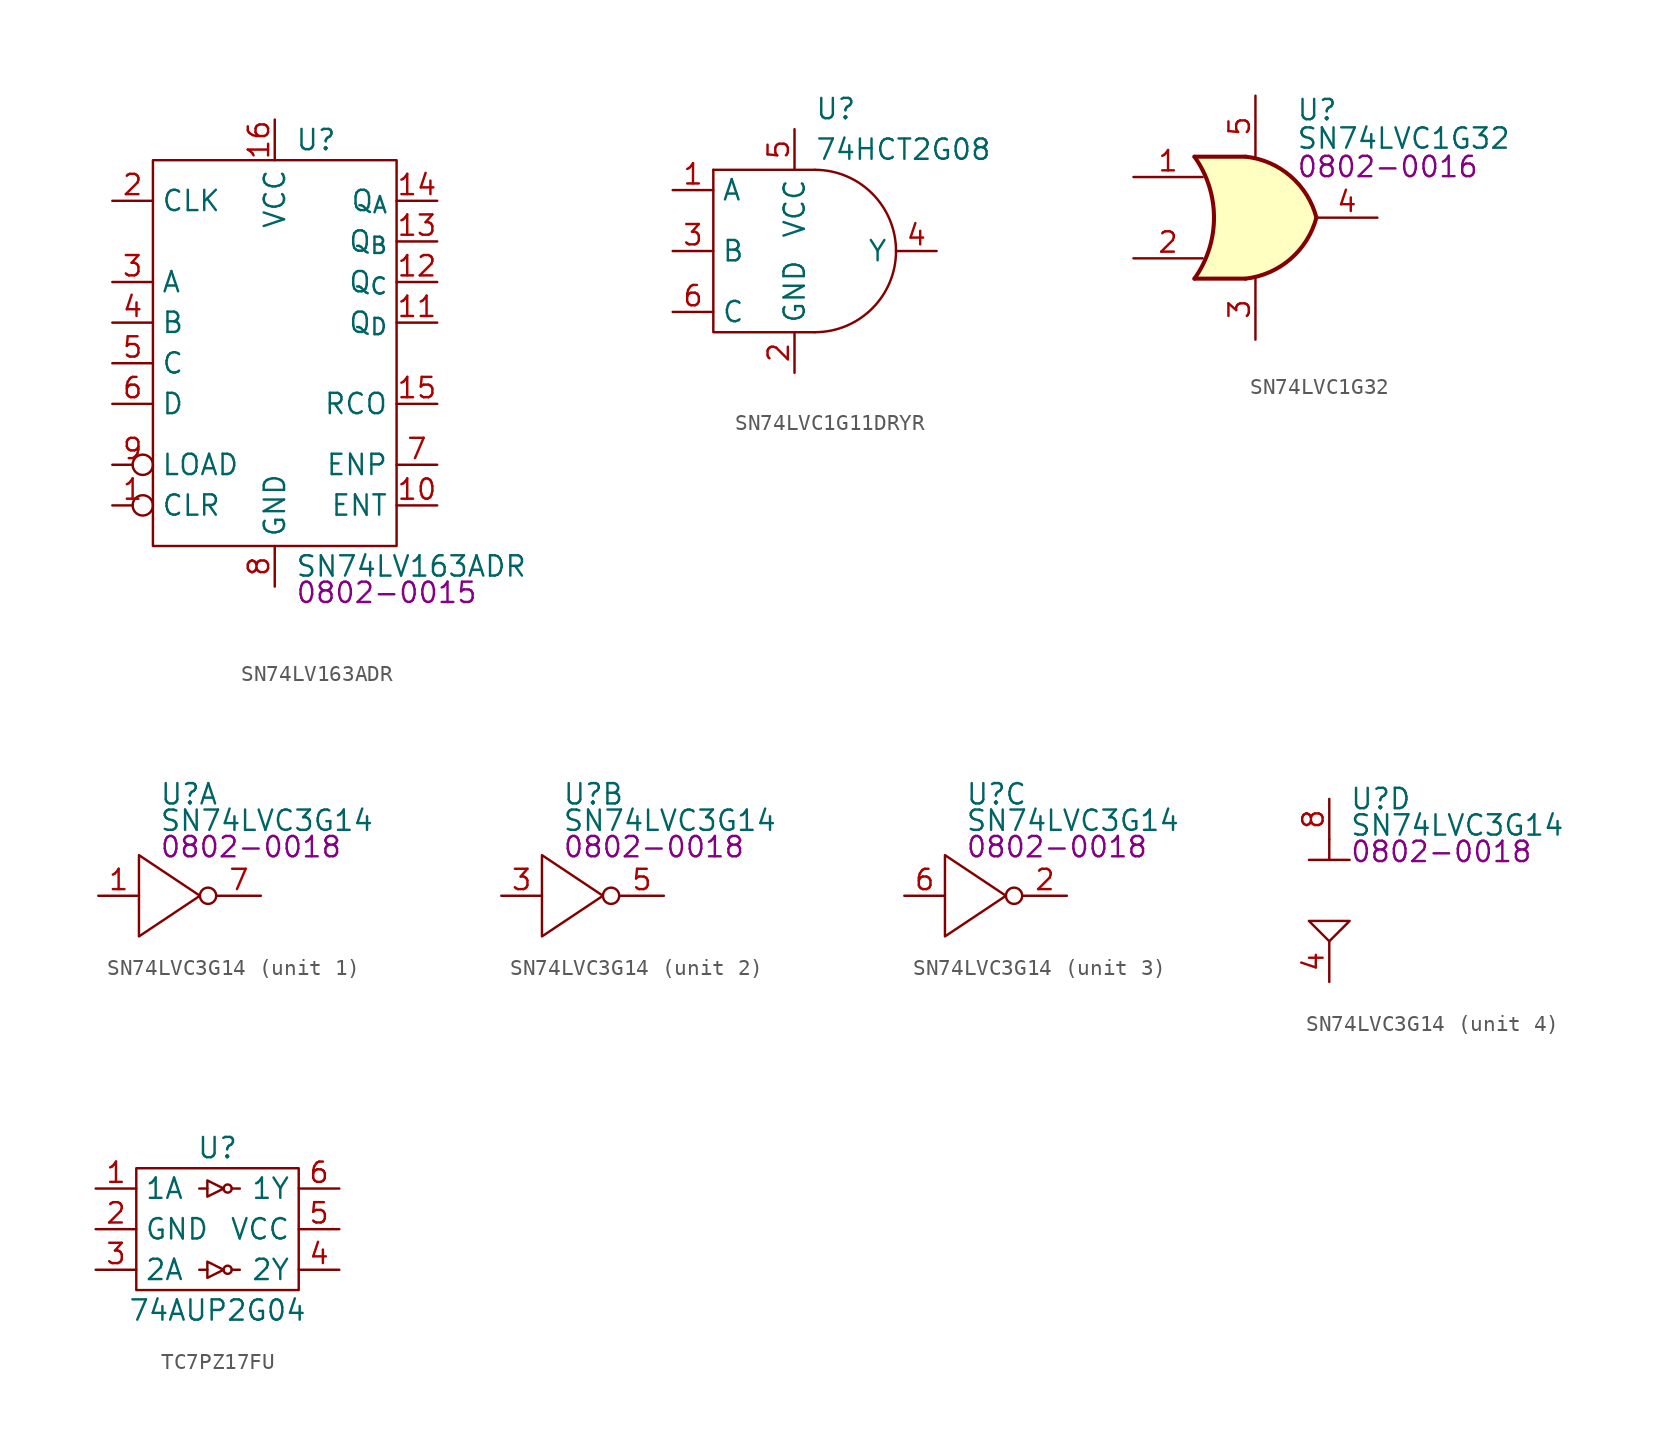
<source format=kicad_sym>
(kicad_symbol_lib
  (version 20220914)
  (generator kicad_symbol_editor)
  (symbol "SN74LV163ADR"
    (property "Reference" "U"
      (at 8.89 1.27 0)
      (effects (font (size 1.27 1.27)) (justify left)))
    (property "Value" "SN74LV163ADR"
      (at 8.89 -25.4 0)
      (effects (font (size 1.27 1.27)) (justify left)))
    (property "PartNumber" "0802-0015"
      (at 8.89 -27.051 0)
      (effects (font (size 1.27 1.27)) (justify left)))
    (symbol "SN74LV163ADR_0_0"
      (rectangle (start 0 0) (end 15.24 -24.13) (stroke (width 0) (type default)) (fill (type none)))
      (pin input inverted (at -2.54 -21.59 0) (length 2.54) (name "CLR" (effects (font (size 1.27 1.27)))) (number "1" (effects (font (size 1.27 1.27)))))
      (pin input line (at 17.78 -21.59 180) (length 2.54) (name "ENT" (effects (font (size 1.27 1.27)))) (number "10" (effects (font (size 1.27 1.27)))))
      (pin output line (at 17.78 -10.16 180) (length 2.54) (name "Q_{D}" (effects (font (size 1.27 1.27)))) (number "11" (effects (font (size 1.27 1.27)))))
      (pin output line (at 17.78 -7.62 180) (length 2.54) (name "Q_{C}" (effects (font (size 1.27 1.27)))) (number "12" (effects (font (size 1.27 1.27)))))
      (pin output line (at 17.78 -5.08 180) (length 2.54) (name "Q_{B}" (effects (font (size 1.27 1.27)))) (number "13" (effects (font (size 1.27 1.27)))))
      (pin output line (at 17.78 -2.54 180) (length 2.54) (name "Q_{A}" (effects (font (size 1.27 1.27)))) (number "14" (effects (font (size 1.27 1.27)))))
      (pin output line (at 17.78 -15.24 180) (length 2.54) (name "RCO" (effects (font (size 1.27 1.27)))) (number "15" (effects (font (size 1.27 1.27)))))
      (pin power_in line (at 7.62 2.54 270) (length 2.54) (name "VCC" (effects (font (size 1.27 1.27)))) (number "16" (effects (font (size 1.27 1.27)))))
      (pin input line (at -2.54 -2.54 0) (length 2.54) (name "CLK" (effects (font (size 1.27 1.27)))) (number "2" (effects (font (size 1.27 1.27)))))
      (pin input line (at -2.54 -7.62 0) (length 2.54) (name "A" (effects (font (size 1.27 1.27)))) (number "3" (effects (font (size 1.27 1.27)))))
      (pin input line (at -2.54 -10.16 0) (length 2.54) (name "B" (effects (font (size 1.27 1.27)))) (number "4" (effects (font (size 1.27 1.27)))))
      (pin input line (at -2.54 -12.7 0) (length 2.54) (name "C" (effects (font (size 1.27 1.27)))) (number "5" (effects (font (size 1.27 1.27)))))
      (pin input line (at -2.54 -15.24 0) (length 2.54) (name "D" (effects (font (size 1.27 1.27)))) (number "6" (effects (font (size 1.27 1.27)))))
      (pin input line (at 17.78 -19.05 180) (length 2.54) (name "ENP" (effects (font (size 1.27 1.27)))) (number "7" (effects (font (size 1.27 1.27)))))
      (pin power_in line (at 7.62 -26.67 90) (length 2.54) (name "GND" (effects (font (size 1.27 1.27)))) (number "8" (effects (font (size 1.27 1.27)))))
      (pin input inverted (at -2.54 -19.05 0) (length 2.54) (name "LOAD" (effects (font (size 1.27 1.27)))) (number "9" (effects (font (size 1.27 1.27)))))))
  (symbol "SN74LVC1G11DRYR"
    (property "Reference" "U"
      (at 1.27 8.89 0)
      (effects (font (size 1.27 1.27)) (justify left)))
    (property "Value" "74HCT2G08"
      (at 1.27 6.35 0)
      (effects (font (size 1.27 1.27)) (justify left)))
    (symbol "SN74LVC1G11DRYR_0_0"
      (pin input line (at -7.62 3.81 0) (length 2.54) (name "A" (effects (font (size 1.27 1.27)))) (number "1" (effects (font (size 1.27 1.27)))))
      (pin power_in line (at 0 -7.62 90) (length 2.54) (name "GND" (effects (font (size 1.27 1.27)))) (number "2" (effects (font (size 1.27 1.27)))))
      (pin input line (at -7.62 0 0) (length 2.54) (name "B" (effects (font (size 1.27 1.27)))) (number "3" (effects (font (size 1.27 1.27)))))
      (pin output line (at 8.89 0 180) (length 2.54) (name "Y" (effects (font (size 1.27 1.27)))) (number "4" (effects (font (size 1.27 1.27)))))
      (pin power_in line (at 0 7.62 270) (length 2.54) (name "VCC" (effects (font (size 1.27 1.27)))) (number "5" (effects (font (size 1.27 1.27)))))
      (pin input line (at -7.62 -3.81 0) (length 2.54) (name "C" (effects (font (size 1.27 1.27)))) (number "6" (effects (font (size 1.27 1.27))))))
    (symbol "SN74LVC1G11DRYR_1_1"
      (polyline (pts (xy -5.08 5.08) (xy 1.27 5.08)) (stroke (width 0) (type default)) (fill (type none)))
      (polyline (pts (xy -5.08 5.08) (xy -5.08 -5.08) (xy 1.27 -5.08)) (stroke (width 0) (type default)) (fill (type none)))
      (arc (start 1.27 -5.08) (mid 4.8621 -3.5921) (end 6.35 0) (stroke (width 0) (type default)) (fill (type none)))
      (arc (start 6.35 0) (mid 4.8621 3.5921) (end 1.27 5.08) (stroke (width 0) (type default)) (fill (type none)))))
  (symbol "SN74LVC1G32"
    (pin_names
      (offset 1.016))
    (property "Reference" "U"
      (at 2.54 6.731 0)
      (effects (font (size 1.27 1.27)) (justify left)))
    (property "Value" "SN74LVC1G32"
      (at 2.54 4.953 0)
      (effects (font (size 1.27 1.27)) (justify left)))
    (property "PartNumber" "0802-0016"
      (at 2.54 3.175 0)
      (effects (font (size 1.27 1.27)) (justify left)))
    (symbol "SN74LVC1G32_1_1"
      (arc (start -3.81 -3.81) (mid -2.589 0) (end -3.81 3.81) (stroke (width 0.254) (type default)) (fill (type none)))
      (arc (start -0.6096 -3.81) (mid 2.1855 -2.584) (end 3.81 0) (stroke (width 0.254) (type default)) (fill (type background)))
      (polyline (pts (xy -3.81 -3.81) (xy -0.635 -3.81)) (stroke (width 0.254) (type default)) (fill (type background)))
      (polyline (pts (xy -3.81 3.81) (xy -0.635 3.81)) (stroke (width 0.254) (type default)) (fill (type background)))
      (polyline (pts (xy -0.635 3.81) (xy -3.81 3.81) (xy -3.81 3.81) (xy -3.556 3.404) (xy -3.023 2.261) (xy -2.692 1.041) (xy -2.616 -0.254) (xy -2.769 -1.499) (xy -3.175 -2.718) (xy -3.81 -3.81) (xy -3.81 -3.81) (xy -0.635 -3.81)) (stroke (width -25.4) (type default)) (fill (type background)))
      (arc (start 3.81 0) (mid 2.1928 2.5925) (end -0.6096 3.81) (stroke (width 0.254) (type default)) (fill (type background)))
      (pin input line (at -7.62 2.54 0) (length 4.318) (name "~" (effects (font (size 1.27 1.27)))) (number "1" (effects (font (size 1.27 1.27)))))
      (pin input line (at -7.62 -2.54 0) (length 4.318) (name "~" (effects (font (size 1.27 1.27)))) (number "2" (effects (font (size 1.27 1.27)))))
      (pin power_in line (at 0 -7.62 90) (length 3.81) (name "~" (effects (font (size 1.27 1.27)))) (number "3" (effects (font (size 1.27 1.27)))))
      (pin output line (at 7.62 0 180) (length 3.81) (name "~" (effects (font (size 1.27 1.27)))) (number "4" (effects (font (size 1.27 1.27)))))
      (pin power_in line (at 0 7.62 270) (length 3.81) (name "~" (effects (font (size 1.27 1.27)))) (number "5" (effects (font (size 1.27 1.27)))))))
  (symbol "SN74LVC3G14"
    (property "Reference" "U"
      (at 1.27 6.35 0)
      (effects (font (size 1.27 1.27)) (justify left)))
    (property "Value" "SN74LVC3G14"
      (at 1.27 4.699 0)
      (effects (font (size 1.27 1.27)) (justify left)))
    (property "PartNumber" "0802-0018"
      (at 1.27 3.048 0)
      (effects (font (size 1.27 1.27)) (justify left)))
    (property "ki_locked" ""
      (at 0 0 0)
      (effects (font (size 1.27 1.27))))
    (symbol "SN74LVC3G14_1_0"
      (pin input line (at -2.54 0 0) (length 2.54) (name "~" (effects (font (size 1.27 1.27)))) (number "1" (effects (font (size 1.27 1.27)))))
      (pin output line (at 7.62 0 180) (length 2.75) (name "~" (effects (font (size 1.27 1.27)))) (number "7" (effects (font (size 1.27 1.27))))))
    (symbol "SN74LVC3G14_1_1"
      (polyline (pts (xy 0 2.54) (xy 0 -2.54) (xy 3.81 0) (xy 0 2.54)) (stroke (width 0) (type default)) (fill (type none)))
      (circle (center 4.318 0) (radius 0.508) (stroke (width 0) (type default)) (fill (type none))))
    (symbol "SN74LVC3G14_2_0"
      (pin input line (at -2.54 0 0) (length 2.54) (name "~" (effects (font (size 1.27 1.27)))) (number "3" (effects (font (size 1.27 1.27)))))
      (pin output line (at 7.62 0 180) (length 2.75) (name "~" (effects (font (size 1.27 1.27)))) (number "5" (effects (font (size 1.27 1.27))))))
    (symbol "SN74LVC3G14_2_1"
      (polyline (pts (xy 0 2.54) (xy 0 -2.54) (xy 3.81 0) (xy 0 2.54)) (stroke (width 0) (type default)) (fill (type none)))
      (circle (center 4.318 0) (radius 0.508) (stroke (width 0) (type default)) (fill (type none))))
    (symbol "SN74LVC3G14_3_0"
      (pin output line (at 7.62 0 180) (length 2.75) (name "~" (effects (font (size 1.27 1.27)))) (number "2" (effects (font (size 1.27 1.27)))))
      (pin input line (at -2.54 0 0) (length 2.54) (name "~" (effects (font (size 1.27 1.27)))) (number "6" (effects (font (size 1.27 1.27))))))
    (symbol "SN74LVC3G14_3_1"
      (polyline (pts (xy 0 2.54) (xy 0 -2.54) (xy 3.81 0) (xy 0 2.54)) (stroke (width 0) (type default)) (fill (type none)))
      (circle (center 4.318 0) (radius 0.508) (stroke (width 0) (type default)) (fill (type none))))
    (symbol "SN74LVC3G14_4_0"
      (pin power_in line (at 0 -5.08 90) (length 2.54) (name "~" (effects (font (size 1.27 1.27)))) (number "4" (effects (font (size 1.27 1.27)))))
      (pin power_in line (at 0 6.35 270) (length 2.54) (name "~" (effects (font (size 1.27 1.27)))) (number "8" (effects (font (size 1.27 1.27))))))
    (symbol "SN74LVC3G14_4_1"
      (polyline (pts (xy 0 2.54) (xy 1.27 2.54)) (stroke (width 0) (type default)) (fill (type none)))
      (polyline (pts (xy 0 3.81) (xy 0 2.54) (xy -1.27 2.54)) (stroke (width 0) (type default)) (fill (type none)))
      (polyline (pts (xy 0 -2.54) (xy -1.27 -1.27) (xy 1.27 -1.27) (xy 0 -2.54)) (stroke (width 0) (type default)) (fill (type none)))))
  (symbol "TC7PZ17FU"
    (property "Reference" "U"
      (at 7.62 2.54 0)
      (effects (font (size 1.27 1.27))))
    (property "Value" "74AUP2G04"
      (at 7.62 -7.62 0)
      (effects (font (size 1.27 1.27))))
    (symbol "TC7PZ17FU_0_0"
      (pin unspecified line (at 0 0 0) (length 2.54) (name "1A" (effects (font (size 1.27 1.27)))) (number "1" (effects (font (size 1.27 1.27)))))
      (pin unspecified line (at 0 -2.54 0) (length 2.54) (name "GND" (effects (font (size 1.27 1.27)))) (number "2" (effects (font (size 1.27 1.27)))))
      (pin unspecified line (at 0 -5.08 0) (length 2.54) (name "2A" (effects (font (size 1.27 1.27)))) (number "3" (effects (font (size 1.27 1.27)))))
      (pin unspecified line (at 15.24 -5.08 180) (length 2.54) (name "2Y" (effects (font (size 1.27 1.27)))) (number "4" (effects (font (size 1.27 1.27)))))
      (pin unspecified line (at 15.24 -2.54 180) (length 2.54) (name "VCC" (effects (font (size 1.27 1.27)))) (number "5" (effects (font (size 1.27 1.27)))))
      (pin unspecified line (at 15.24 0 180) (length 2.54) (name "1Y" (effects (font (size 1.27 1.27)))) (number "6" (effects (font (size 1.27 1.27))))))
    (symbol "TC7PZ17FU_0_1"
      (polyline (pts (xy 6.985 -5.08) (xy 6.477 -5.08)) (stroke (width 0) (type default)) (fill (type none)))
      (polyline (pts (xy 6.985 0) (xy 6.477 0)) (stroke (width 0) (type default)) (fill (type none)))
      (polyline (pts (xy 8.509 -5.08) (xy 9.017 -5.08)) (stroke (width 0) (type default)) (fill (type none)))
      (polyline (pts (xy 8.509 0) (xy 9.017 0)) (stroke (width 0) (type default)) (fill (type none)))
      (polyline (pts (xy 6.985 -4.572) (xy 6.985 -5.588) (xy 8.001 -5.08) (xy 6.985 -4.572)) (stroke (width 0) (type default)) (fill (type none)))
      (polyline (pts (xy 6.985 0.508) (xy 6.985 -0.508) (xy 8.001 0) (xy 6.985 0.508)) (stroke (width 0) (type default)) (fill (type none)))
      (rectangle (start 2.54 1.27) (end 12.7 -6.35) (stroke (width 0) (type default)) (fill (type none)))
      (circle (center 8.255 -5.08) (radius 0.254) (stroke (width 0) (type default)) (fill (type none)))
      (circle (center 8.255 0) (radius 0.254) (stroke (width 0) (type default)) (fill (type none))))))
</source>
